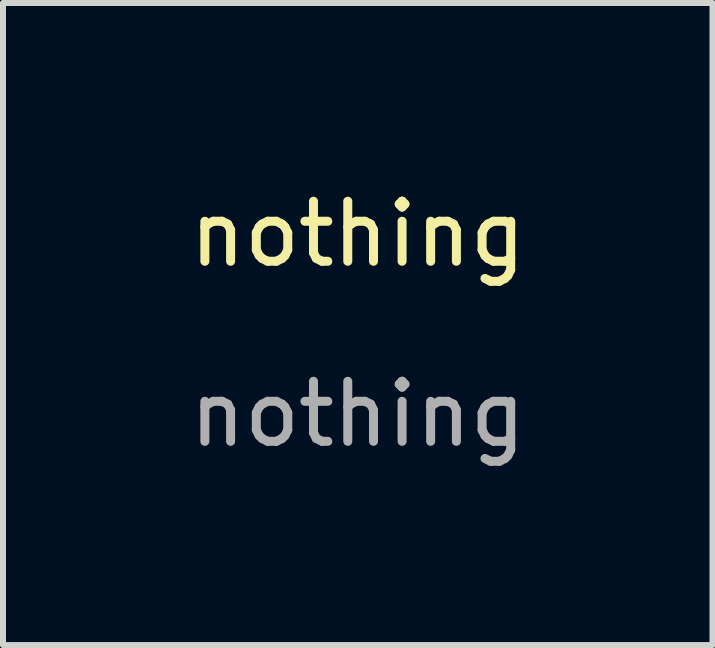
<source format=kicad_pcb>
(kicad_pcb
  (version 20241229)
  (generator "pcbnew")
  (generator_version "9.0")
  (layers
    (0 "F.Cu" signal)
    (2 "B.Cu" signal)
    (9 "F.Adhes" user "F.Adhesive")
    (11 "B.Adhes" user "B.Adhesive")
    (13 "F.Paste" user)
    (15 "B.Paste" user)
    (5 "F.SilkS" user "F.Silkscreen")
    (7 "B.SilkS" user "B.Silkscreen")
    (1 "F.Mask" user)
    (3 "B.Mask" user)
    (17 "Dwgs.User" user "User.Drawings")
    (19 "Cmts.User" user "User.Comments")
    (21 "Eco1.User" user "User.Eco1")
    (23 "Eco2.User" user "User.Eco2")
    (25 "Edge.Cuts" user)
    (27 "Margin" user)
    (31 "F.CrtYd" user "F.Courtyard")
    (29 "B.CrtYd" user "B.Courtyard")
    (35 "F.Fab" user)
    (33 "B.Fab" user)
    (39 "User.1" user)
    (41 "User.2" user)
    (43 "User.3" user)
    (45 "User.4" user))
  (footprint "nothing"
    (layer "F.Cu")
    (at 2.911 1.348)
    (property "Reference" "nothing" (at 0 -0.5 0) (unlocked yes) (layer "F.SilkS") (effects (font (size 1 1) (thickness 0.15))))
    (attr smd)
    (fp_text user "${REFERENCE}" (at 0 2.5 0) (unlocked yes) (layer "F.Fab") (effects (font (size 1 1) (thickness 0.15)))))
  (gr_rect
    (start -3 -3)
    (end 8.821 7.697)
    (stroke (width 0.1) (type default))
    (fill no)
    (layer "Edge.Cuts")))
</source>
